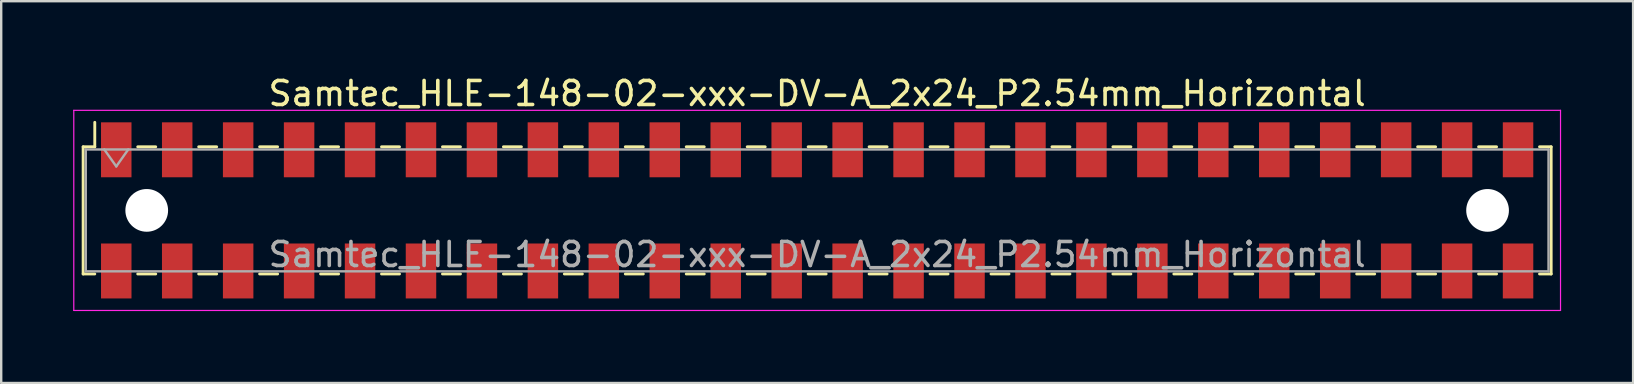
<source format=kicad_pcb>
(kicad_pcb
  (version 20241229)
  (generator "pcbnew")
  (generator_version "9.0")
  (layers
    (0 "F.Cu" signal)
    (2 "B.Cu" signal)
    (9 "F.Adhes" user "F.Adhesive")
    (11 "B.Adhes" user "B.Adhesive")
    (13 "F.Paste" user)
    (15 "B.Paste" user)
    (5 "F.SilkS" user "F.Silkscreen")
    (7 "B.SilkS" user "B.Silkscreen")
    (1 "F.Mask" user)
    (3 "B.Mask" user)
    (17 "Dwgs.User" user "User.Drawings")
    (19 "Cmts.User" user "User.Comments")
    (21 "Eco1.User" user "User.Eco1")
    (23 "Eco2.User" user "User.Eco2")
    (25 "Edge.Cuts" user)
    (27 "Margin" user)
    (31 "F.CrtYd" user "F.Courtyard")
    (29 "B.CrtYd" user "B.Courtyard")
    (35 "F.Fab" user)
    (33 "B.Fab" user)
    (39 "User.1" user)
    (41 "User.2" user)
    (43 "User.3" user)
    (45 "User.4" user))
  (footprint "Samtec_HLE-148-02-xxx-DV-A_2x24_P2.54mm_Horizontal"
    (layer "F.Cu")
    (at 31.005 5.718)
    (property "Reference" "Samtec_HLE-148-02-xxx-DV-A_2x24_P2.54mm_Horizontal" (at 0 -4.87 0) (layer "F.SilkS") (effects (font (size 1 1) (thickness 0.15))))
    (attr smd)
    (fp_line (start -30.59 -2.65) (end -30.59 2.65) (stroke (width 0.12) (type solid)) (layer "F.SilkS"))
    (fp_line (start -30.59 2.65) (end -30.105 2.65) (stroke (width 0.12) (type solid)) (layer "F.SilkS"))
    (fp_line (start -30.105 -3.67) (end -30.105 -2.65) (stroke (width 0.12) (type solid)) (layer "F.SilkS"))
    (fp_line (start -30.105 -2.65) (end -30.59 -2.65) (stroke (width 0.12) (type solid)) (layer "F.SilkS"))
    (fp_line (start -28.315 -2.65) (end -27.565 -2.65) (stroke (width 0.12) (type solid)) (layer "F.SilkS"))
    (fp_line (start -28.315 2.65) (end -27.565 2.65) (stroke (width 0.12) (type solid)) (layer "F.SilkS"))
    (fp_line (start -25.775 -2.65) (end -25.025 -2.65) (stroke (width 0.12) (type solid)) (layer "F.SilkS"))
    (fp_line (start -25.775 2.65) (end -25.025 2.65) (stroke (width 0.12) (type solid)) (layer "F.SilkS"))
    (fp_line (start -23.235 -2.65) (end -22.485 -2.65) (stroke (width 0.12) (type solid)) (layer "F.SilkS"))
    (fp_line (start -23.235 2.65) (end -22.485 2.65) (stroke (width 0.12) (type solid)) (layer "F.SilkS"))
    (fp_line (start -20.695 -2.65) (end -19.945 -2.65) (stroke (width 0.12) (type solid)) (layer "F.SilkS"))
    (fp_line (start -20.695 2.65) (end -19.945 2.65) (stroke (width 0.12) (type solid)) (layer "F.SilkS"))
    (fp_line (start -18.155 -2.65) (end -17.405 -2.65) (stroke (width 0.12) (type solid)) (layer "F.SilkS"))
    (fp_line (start -18.155 2.65) (end -17.405 2.65) (stroke (width 0.12) (type solid)) (layer "F.SilkS"))
    (fp_line (start -15.615 -2.65) (end -14.865 -2.65) (stroke (width 0.12) (type solid)) (layer "F.SilkS"))
    (fp_line (start -15.615 2.65) (end -14.865 2.65) (stroke (width 0.12) (type solid)) (layer "F.SilkS"))
    (fp_line (start -13.075 -2.65) (end -12.325 -2.65) (stroke (width 0.12) (type solid)) (layer "F.SilkS"))
    (fp_line (start -13.075 2.65) (end -12.325 2.65) (stroke (width 0.12) (type solid)) (layer "F.SilkS"))
    (fp_line (start -10.535 -2.65) (end -9.785 -2.65) (stroke (width 0.12) (type solid)) (layer "F.SilkS"))
    (fp_line (start -10.535 2.65) (end -9.785 2.65) (stroke (width 0.12) (type solid)) (layer "F.SilkS"))
    (fp_line (start -7.995 -2.65) (end -7.245 -2.65) (stroke (width 0.12) (type solid)) (layer "F.SilkS"))
    (fp_line (start -7.995 2.65) (end -7.245 2.65) (stroke (width 0.12) (type solid)) (layer "F.SilkS"))
    (fp_line (start -5.455 -2.65) (end -4.705 -2.65) (stroke (width 0.12) (type solid)) (layer "F.SilkS"))
    (fp_line (start -5.455 2.65) (end -4.705 2.65) (stroke (width 0.12) (type solid)) (layer "F.SilkS"))
    (fp_line (start -2.915 -2.65) (end -2.165 -2.65) (stroke (width 0.12) (type solid)) (layer "F.SilkS"))
    (fp_line (start -2.915 2.65) (end -2.165 2.65) (stroke (width 0.12) (type solid)) (layer "F.SilkS"))
    (fp_line (start -0.375 -2.65) (end 0.375 -2.65) (stroke (width 0.12) (type solid)) (layer "F.SilkS"))
    (fp_line (start -0.375 2.65) (end 0.375 2.65) (stroke (width 0.12) (type solid)) (layer "F.SilkS"))
    (fp_line (start 2.165 -2.65) (end 2.915 -2.65) (stroke (width 0.12) (type solid)) (layer "F.SilkS"))
    (fp_line (start 2.165 2.65) (end 2.915 2.65) (stroke (width 0.12) (type solid)) (layer "F.SilkS"))
    (fp_line (start 4.705 -2.65) (end 5.455 -2.65) (stroke (width 0.12) (type solid)) (layer "F.SilkS"))
    (fp_line (start 4.705 2.65) (end 5.455 2.65) (stroke (width 0.12) (type solid)) (layer "F.SilkS"))
    (fp_line (start 7.245 -2.65) (end 7.995 -2.65) (stroke (width 0.12) (type solid)) (layer "F.SilkS"))
    (fp_line (start 7.245 2.65) (end 7.995 2.65) (stroke (width 0.12) (type solid)) (layer "F.SilkS"))
    (fp_line (start 9.785 -2.65) (end 10.535 -2.65) (stroke (width 0.12) (type solid)) (layer "F.SilkS"))
    (fp_line (start 9.785 2.65) (end 10.535 2.65) (stroke (width 0.12) (type solid)) (layer "F.SilkS"))
    (fp_line (start 12.325 -2.65) (end 13.075 -2.65) (stroke (width 0.12) (type solid)) (layer "F.SilkS"))
    (fp_line (start 12.325 2.65) (end 13.075 2.65) (stroke (width 0.12) (type solid)) (layer "F.SilkS"))
    (fp_line (start 14.865 -2.65) (end 15.615 -2.65) (stroke (width 0.12) (type solid)) (layer "F.SilkS"))
    (fp_line (start 14.865 2.65) (end 15.615 2.65) (stroke (width 0.12) (type solid)) (layer "F.SilkS"))
    (fp_line (start 17.405 -2.65) (end 18.155 -2.65) (stroke (width 0.12) (type solid)) (layer "F.SilkS"))
    (fp_line (start 17.405 2.65) (end 18.155 2.65) (stroke (width 0.12) (type solid)) (layer "F.SilkS"))
    (fp_line (start 19.945 -2.65) (end 20.695 -2.65) (stroke (width 0.12) (type solid)) (layer "F.SilkS"))
    (fp_line (start 19.945 2.65) (end 20.695 2.65) (stroke (width 0.12) (type solid)) (layer "F.SilkS"))
    (fp_line (start 22.485 -2.65) (end 23.235 -2.65) (stroke (width 0.12) (type solid)) (layer "F.SilkS"))
    (fp_line (start 22.485 2.65) (end 23.235 2.65) (stroke (width 0.12) (type solid)) (layer "F.SilkS"))
    (fp_line (start 25.025 -2.65) (end 25.775 -2.65) (stroke (width 0.12) (type solid)) (layer "F.SilkS"))
    (fp_line (start 25.025 2.65) (end 25.775 2.65) (stroke (width 0.12) (type solid)) (layer "F.SilkS"))
    (fp_line (start 27.565 -2.65) (end 28.315 -2.65) (stroke (width 0.12) (type solid)) (layer "F.SilkS"))
    (fp_line (start 27.565 2.65) (end 28.315 2.65) (stroke (width 0.12) (type solid)) (layer "F.SilkS"))
    (fp_line (start 30.105 -2.65) (end 30.59 -2.65) (stroke (width 0.12) (type solid)) (layer "F.SilkS"))
    (fp_line (start 30.59 -2.65) (end 30.59 2.65) (stroke (width 0.12) (type solid)) (layer "F.SilkS"))
    (fp_line (start 30.59 2.65) (end 30.105 2.65) (stroke (width 0.12) (type solid)) (layer "F.SilkS"))
    (fp_line (start -30.98 -4.17) (end 30.98 -4.17) (stroke (width 0.05) (type solid)) (layer "F.CrtYd"))
    (fp_line (start -30.98 4.17) (end -30.98 -4.17) (stroke (width 0.05) (type solid)) (layer "F.CrtYd"))
    (fp_line (start 30.98 -4.17) (end 30.98 4.17) (stroke (width 0.05) (type solid)) (layer "F.CrtYd"))
    (fp_line (start 30.98 4.17) (end -30.98 4.17) (stroke (width 0.05) (type solid)) (layer "F.CrtYd"))
    (fp_line (start -30.48 -2.54) (end 30.48 -2.54) (stroke (width 0.1) (type solid)) (layer "F.Fab"))
    (fp_line (start -30.48 2.54) (end -30.48 -2.54) (stroke (width 0.1) (type solid)) (layer "F.Fab"))
    (fp_line (start -29.71 -2.54) (end -29.21 -1.833) (stroke (width 0.1) (type solid)) (layer "F.Fab"))
    (fp_line (start -29.21 -1.833) (end -28.71 -2.54) (stroke (width 0.1) (type solid)) (layer "F.Fab"))
    (fp_line (start 30.48 -2.54) (end 30.48 2.54) (stroke (width 0.1) (type solid)) (layer "F.Fab"))
    (fp_line (start 30.48 2.54) (end -30.48 2.54) (stroke (width 0.1) (type solid)) (layer "F.Fab"))
    (fp_text user "${REFERENCE}" (at 0 1.84 0) (layer "F.Fab") (effects (font (size 1 1) (thickness 0.15))))
    (pad "" np_thru_hole circle (at -27.94 0) (size 1.78 1.78) (drill 1.78) (layers "*.Cu" "*.Mask"))
    (pad "" np_thru_hole circle (at 27.94 0) (size 1.78 1.78) (drill 1.78) (layers "*.Cu" "*.Mask"))
    (pad "1" smd rect (at -29.21 -2.525) (size 1.27 2.29) (layers "F.Cu" "F.Mask" "F.Paste"))
    (pad "2" smd rect (at -29.21 2.525) (size 1.27 2.29) (layers "F.Cu" "F.Mask" "F.Paste"))
    (pad "3" smd rect (at -26.67 -2.525) (size 1.27 2.29) (layers "F.Cu" "F.Mask" "F.Paste"))
    (pad "4" smd rect (at -26.67 2.525) (size 1.27 2.29) (layers "F.Cu" "F.Mask" "F.Paste"))
    (pad "5" smd rect (at -24.13 -2.525) (size 1.27 2.29) (layers "F.Cu" "F.Mask" "F.Paste"))
    (pad "6" smd rect (at -24.13 2.525) (size 1.27 2.29) (layers "F.Cu" "F.Mask" "F.Paste"))
    (pad "7" smd rect (at -21.59 -2.525) (size 1.27 2.29) (layers "F.Cu" "F.Mask" "F.Paste"))
    (pad "8" smd rect (at -21.59 2.525) (size 1.27 2.29) (layers "F.Cu" "F.Mask" "F.Paste"))
    (pad "9" smd rect (at -19.05 -2.525) (size 1.27 2.29) (layers "F.Cu" "F.Mask" "F.Paste"))
    (pad "10" smd rect (at -19.05 2.525) (size 1.27 2.29) (layers "F.Cu" "F.Mask" "F.Paste"))
    (pad "11" smd rect (at -16.51 -2.525) (size 1.27 2.29) (layers "F.Cu" "F.Mask" "F.Paste"))
    (pad "12" smd rect (at -16.51 2.525) (size 1.27 2.29) (layers "F.Cu" "F.Mask" "F.Paste"))
    (pad "13" smd rect (at -13.97 -2.525) (size 1.27 2.29) (layers "F.Cu" "F.Mask" "F.Paste"))
    (pad "14" smd rect (at -13.97 2.525) (size 1.27 2.29) (layers "F.Cu" "F.Mask" "F.Paste"))
    (pad "15" smd rect (at -11.43 -2.525) (size 1.27 2.29) (layers "F.Cu" "F.Mask" "F.Paste"))
    (pad "16" smd rect (at -11.43 2.525) (size 1.27 2.29) (layers "F.Cu" "F.Mask" "F.Paste"))
    (pad "17" smd rect (at -8.89 -2.525) (size 1.27 2.29) (layers "F.Cu" "F.Mask" "F.Paste"))
    (pad "18" smd rect (at -8.89 2.525) (size 1.27 2.29) (layers "F.Cu" "F.Mask" "F.Paste"))
    (pad "19" smd rect (at -6.35 -2.525) (size 1.27 2.29) (layers "F.Cu" "F.Mask" "F.Paste"))
    (pad "20" smd rect (at -6.35 2.525) (size 1.27 2.29) (layers "F.Cu" "F.Mask" "F.Paste"))
    (pad "21" smd rect (at -3.81 -2.525) (size 1.27 2.29) (layers "F.Cu" "F.Mask" "F.Paste"))
    (pad "22" smd rect (at -3.81 2.525) (size 1.27 2.29) (layers "F.Cu" "F.Mask" "F.Paste"))
    (pad "23" smd rect (at -1.27 -2.525) (size 1.27 2.29) (layers "F.Cu" "F.Mask" "F.Paste"))
    (pad "24" smd rect (at -1.27 2.525) (size 1.27 2.29) (layers "F.Cu" "F.Mask" "F.Paste"))
    (pad "25" smd rect (at 1.27 -2.525) (size 1.27 2.29) (layers "F.Cu" "F.Mask" "F.Paste"))
    (pad "26" smd rect (at 1.27 2.525) (size 1.27 2.29) (layers "F.Cu" "F.Mask" "F.Paste"))
    (pad "27" smd rect (at 3.81 -2.525) (size 1.27 2.29) (layers "F.Cu" "F.Mask" "F.Paste"))
    (pad "28" smd rect (at 3.81 2.525) (size 1.27 2.29) (layers "F.Cu" "F.Mask" "F.Paste"))
    (pad "29" smd rect (at 6.35 -2.525) (size 1.27 2.29) (layers "F.Cu" "F.Mask" "F.Paste"))
    (pad "30" smd rect (at 6.35 2.525) (size 1.27 2.29) (layers "F.Cu" "F.Mask" "F.Paste"))
    (pad "31" smd rect (at 8.89 -2.525) (size 1.27 2.29) (layers "F.Cu" "F.Mask" "F.Paste"))
    (pad "32" smd rect (at 8.89 2.525) (size 1.27 2.29) (layers "F.Cu" "F.Mask" "F.Paste"))
    (pad "33" smd rect (at 11.43 -2.525) (size 1.27 2.29) (layers "F.Cu" "F.Mask" "F.Paste"))
    (pad "34" smd rect (at 11.43 2.525) (size 1.27 2.29) (layers "F.Cu" "F.Mask" "F.Paste"))
    (pad "35" smd rect (at 13.97 -2.525) (size 1.27 2.29) (layers "F.Cu" "F.Mask" "F.Paste"))
    (pad "36" smd rect (at 13.97 2.525) (size 1.27 2.29) (layers "F.Cu" "F.Mask" "F.Paste"))
    (pad "37" smd rect (at 16.51 -2.525) (size 1.27 2.29) (layers "F.Cu" "F.Mask" "F.Paste"))
    (pad "38" smd rect (at 16.51 2.525) (size 1.27 2.29) (layers "F.Cu" "F.Mask" "F.Paste"))
    (pad "39" smd rect (at 19.05 -2.525) (size 1.27 2.29) (layers "F.Cu" "F.Mask" "F.Paste"))
    (pad "40" smd rect (at 19.05 2.525) (size 1.27 2.29) (layers "F.Cu" "F.Mask" "F.Paste"))
    (pad "41" smd rect (at 21.59 -2.525) (size 1.27 2.29) (layers "F.Cu" "F.Mask" "F.Paste"))
    (pad "42" smd rect (at 21.59 2.525) (size 1.27 2.29) (layers "F.Cu" "F.Mask" "F.Paste"))
    (pad "43" smd rect (at 24.13 -2.525) (size 1.27 2.29) (layers "F.Cu" "F.Mask" "F.Paste"))
    (pad "44" smd rect (at 24.13 2.525) (size 1.27 2.29) (layers "F.Cu" "F.Mask" "F.Paste"))
    (pad "45" smd rect (at 26.67 -2.525) (size 1.27 2.29) (layers "F.Cu" "F.Mask" "F.Paste"))
    (pad "46" smd rect (at 26.67 2.525) (size 1.27 2.29) (layers "F.Cu" "F.Mask" "F.Paste"))
    (pad "47" smd rect (at 29.21 -2.525) (size 1.27 2.29) (layers "F.Cu" "F.Mask" "F.Paste"))
    (pad "48" smd rect (at 29.21 2.525) (size 1.27 2.29) (layers "F.Cu" "F.Mask" "F.Paste")))
  (gr_rect
    (start -3 -3)
    (end 65.01 12.913)
    (stroke (width 0.1) (type default))
    (fill no)
    (layer "Edge.Cuts")))
</source>
